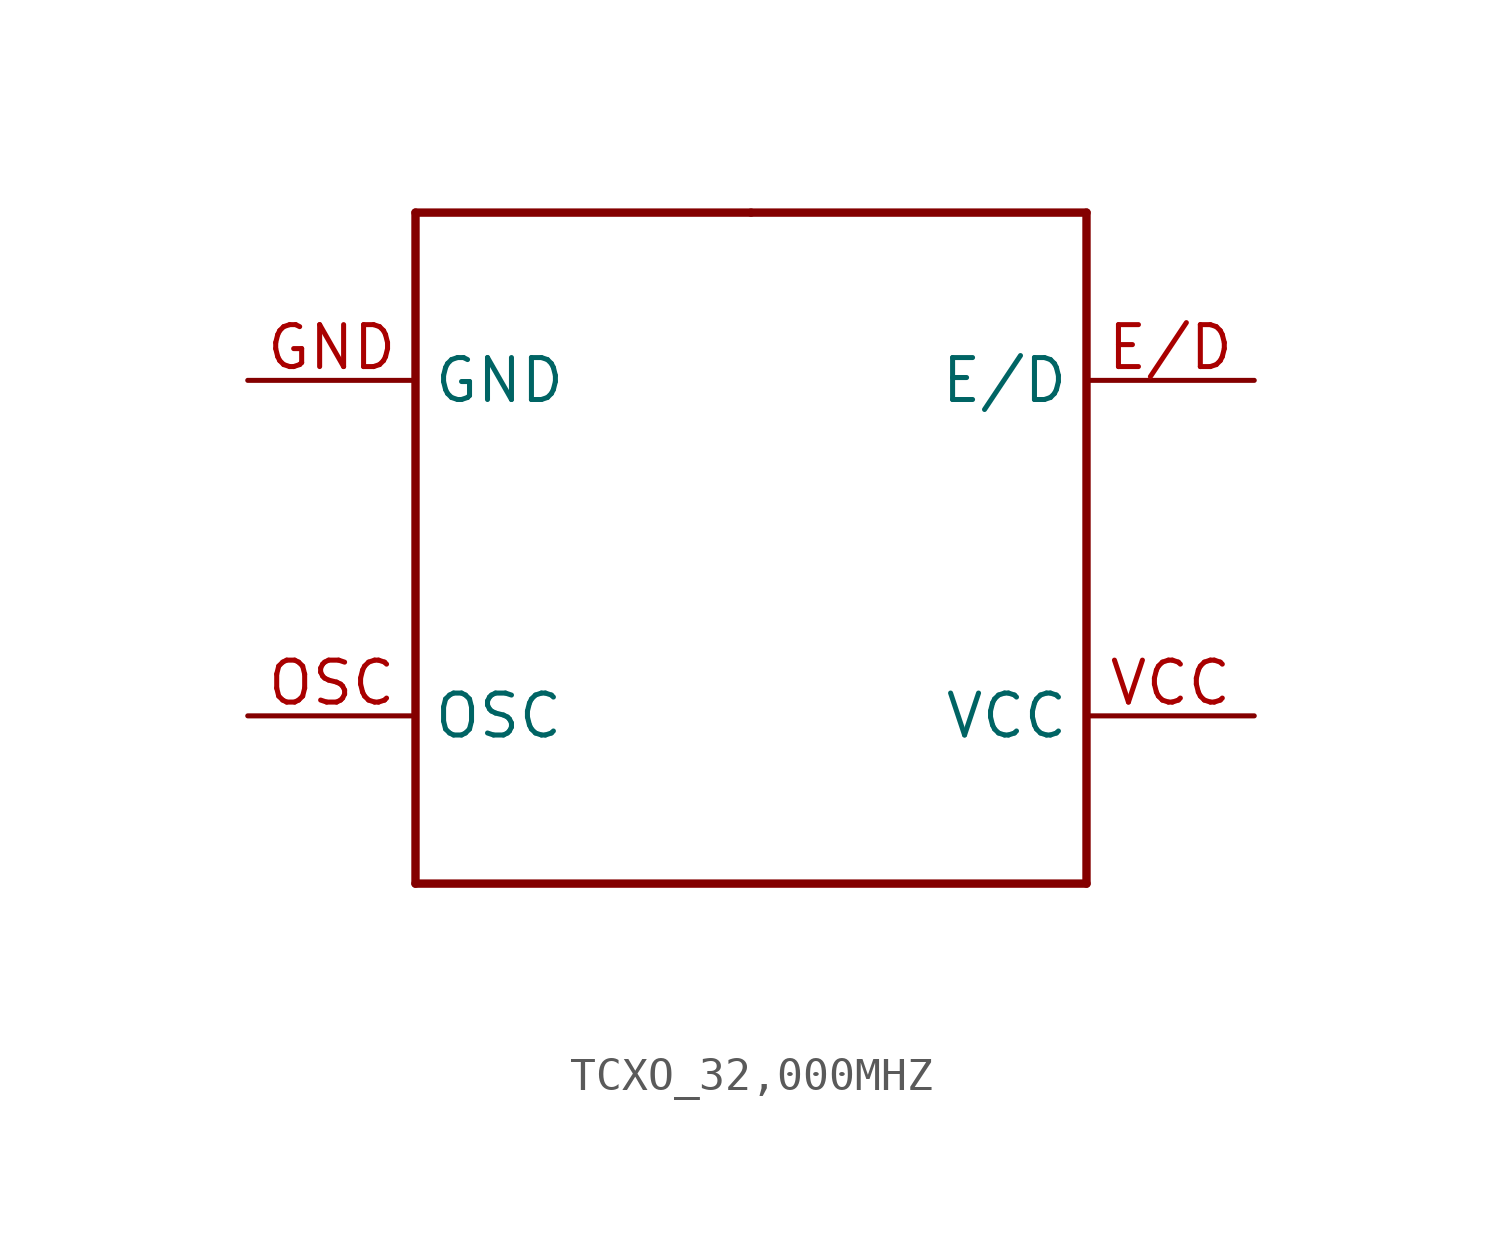
<source format=kicad_sym>
(kicad_symbol_lib
  (version 20220914)
  (generator kicad_symbol_editor)
  (symbol "TCXO_32,000MHZ"
    (property "Reference" ""
      (at -10.16 12.7 0)
      (effects (font (size 1.778 1.511)) (justify left bottom) hide))
    (property "Value" ""
      (at -10.16 -12.7 0)
      (effects (font (size 1.778 1.511)) (justify left bottom)))
    (property "ki_locked" ""
      (at 0 0 0)
      (effects (font (size 1.27 1.27))))
    (symbol "TCXO_32,000MHZ_1_0"
      (polyline (pts (xy -10.16 -10.16) (xy 10.16 -10.16)) (stroke (width 0.254) (type solid)) (fill (type none)))
      (polyline (pts (xy -10.16 10.16) (xy -10.16 -10.16)) (stroke (width 0.254) (type solid)) (fill (type none)))
      (polyline (pts (xy 0 10.16) (xy -10.16 10.16)) (stroke (width 0.254) (type solid)) (fill (type none)))
      (polyline (pts (xy 10.16 -10.16) (xy 10.16 10.16)) (stroke (width 0.254) (type solid)) (fill (type none)))
      (polyline (pts (xy 10.16 10.16) (xy 0 10.16)) (stroke (width 0.254) (type solid)) (fill (type none)))
      (pin bidirectional line (at 15.24 5.08 180) (length 5.08) (name "E/D" (effects (font (size 1.27 1.27)))) (number "E/D" (effects (font (size 1.27 1.27)))))
      (pin bidirectional line (at -15.24 5.08 0) (length 5.08) (name "GND" (effects (font (size 1.27 1.27)))) (number "GND" (effects (font (size 1.27 1.27)))))
      (pin bidirectional line (at -15.24 -5.08 0) (length 5.08) (name "OSC" (effects (font (size 1.27 1.27)))) (number "OSC" (effects (font (size 1.27 1.27)))))
      (pin bidirectional line (at 15.24 -5.08 180) (length 5.08) (name "VCC" (effects (font (size 1.27 1.27)))) (number "VCC" (effects (font (size 1.27 1.27))))))))
</source>
